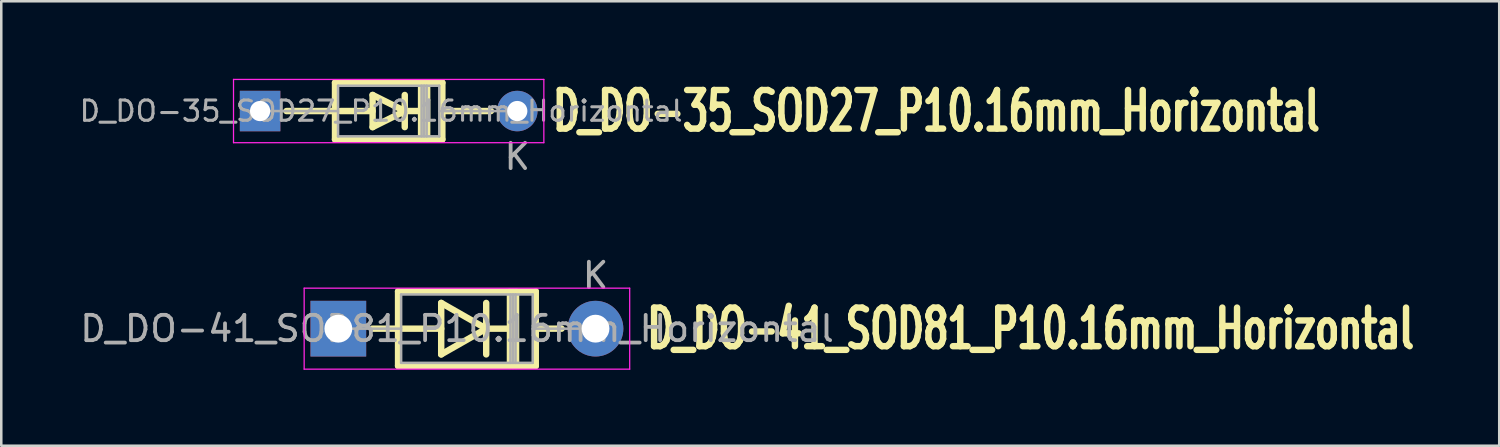
<source format=kicad_pcb>
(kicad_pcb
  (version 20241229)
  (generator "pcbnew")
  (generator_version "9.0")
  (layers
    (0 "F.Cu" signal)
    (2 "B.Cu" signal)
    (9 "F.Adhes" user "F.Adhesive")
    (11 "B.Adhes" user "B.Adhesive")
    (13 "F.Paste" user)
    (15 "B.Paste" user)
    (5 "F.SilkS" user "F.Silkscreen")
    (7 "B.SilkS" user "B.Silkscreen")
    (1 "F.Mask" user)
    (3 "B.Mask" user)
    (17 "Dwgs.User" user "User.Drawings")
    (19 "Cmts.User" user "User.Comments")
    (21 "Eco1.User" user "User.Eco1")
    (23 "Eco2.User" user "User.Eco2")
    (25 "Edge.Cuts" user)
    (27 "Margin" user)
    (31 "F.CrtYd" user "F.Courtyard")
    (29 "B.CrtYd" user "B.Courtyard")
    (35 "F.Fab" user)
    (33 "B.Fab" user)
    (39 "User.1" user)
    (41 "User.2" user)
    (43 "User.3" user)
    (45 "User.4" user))
  (footprint "D_DO-41_SOD81_P10.16mm_Horizontal"
    (layer "F.Cu")
    (at 10.316 9.934)
    (property "Reference" "D_DO-41_SOD81_P10.16mm_Horizontal" (at 12.065 0 0) (layer "F.SilkS") (effects (font (size 1.524 1.016) (thickness 0.254)) (justify left)))
    (attr through_hole)
    (fp_line (start 1.34 0) (end 2.36 0) (stroke (width 0.254) (type solid)) (layer "F.SilkS"))
    (fp_line (start 2.36 -1.47) (end 2.36 1.47) (stroke (width 0.254) (type solid)) (layer "F.SilkS"))
    (fp_line (start 2.36 1.47) (end 7.8 1.47) (stroke (width 0.254) (type solid)) (layer "F.SilkS"))
    (fp_line (start 4.064 -1.016) (end 4.064 1.016) (stroke (width 0.254) (type solid)) (layer "F.SilkS"))
    (fp_line (start 4.064 -1.016) (end 5.842 0) (stroke (width 0.254) (type solid)) (layer "F.SilkS"))
    (fp_line (start 4.064 0) (end 2.36 0) (stroke (width 0.254) (type solid)) (layer "F.SilkS"))
    (fp_line (start 5.842 -1.016) (end 5.842 1.016) (stroke (width 0.254) (type solid)) (layer "F.SilkS"))
    (fp_line (start 5.842 0) (end 4.064 1.016) (stroke (width 0.254) (type solid)) (layer "F.SilkS"))
    (fp_line (start 5.842 0) (end 6.78 0) (stroke (width 0.254) (type solid)) (layer "F.SilkS"))
    (fp_line (start 6.78 1.47) (end 6.78 -1.47) (stroke (width 0.254) (type solid)) (layer "F.SilkS"))
    (fp_line (start 6.9 1.47) (end 6.9 -1.47) (stroke (width 0.254) (type solid)) (layer "F.SilkS"))
    (fp_line (start 7.02 1.47) (end 7.02 -1.47) (stroke (width 0.254) (type solid)) (layer "F.SilkS"))
    (fp_line (start 7.8 -1.47) (end 2.36 -1.47) (stroke (width 0.254) (type solid)) (layer "F.SilkS"))
    (fp_line (start 7.8 1.47) (end 7.8 -1.47) (stroke (width 0.254) (type solid)) (layer "F.SilkS"))
    (fp_line (start 8.82 0) (end 7.8 0) (stroke (width 0.254) (type solid)) (layer "F.SilkS"))
    (fp_line (start -1.35 -1.6) (end -1.35 1.6) (stroke (width 0.05) (type solid)) (layer "F.CrtYd"))
    (fp_line (start -1.35 1.6) (end 11.51 1.6) (stroke (width 0.05) (type solid)) (layer "F.CrtYd"))
    (fp_line (start 11.51 -1.6) (end -1.35 -1.6) (stroke (width 0.05) (type solid)) (layer "F.CrtYd"))
    (fp_line (start 11.51 1.6) (end 11.51 -1.6) (stroke (width 0.05) (type solid)) (layer "F.CrtYd"))
    (fp_line (start 0 0) (end 2.48 0) (stroke (width 0.1) (type solid)) (layer "F.Fab"))
    (fp_line (start 2.48 -1.35) (end 2.48 1.35) (stroke (width 0.1) (type solid)) (layer "F.Fab"))
    (fp_line (start 2.48 1.35) (end 7.68 1.35) (stroke (width 0.1) (type solid)) (layer "F.Fab"))
    (fp_line (start 6.8 1.35) (end 6.8 -1.35) (stroke (width 0.1) (type solid)) (layer "F.Fab"))
    (fp_line (start 6.9 1.35) (end 6.9 -1.35) (stroke (width 0.1) (type solid)) (layer "F.Fab"))
    (fp_line (start 7 1.35) (end 7 -1.35) (stroke (width 0.1) (type solid)) (layer "F.Fab"))
    (fp_line (start 7.68 -1.35) (end 2.48 -1.35) (stroke (width 0.1) (type solid)) (layer "F.Fab"))
    (fp_line (start 7.68 1.35) (end 7.68 -1.35) (stroke (width 0.1) (type solid)) (layer "F.Fab"))
    (fp_line (start 10.16 0) (end 7.68 0) (stroke (width 0.1) (type solid)) (layer "F.Fab"))
    (fp_text user "${REFERENCE}" (at 4.69 0 180) (layer "F.Fab") (effects (font (size 1 1) (thickness 0.15))))
    (fp_text user "K" (at 10.16 -2.1 0) (layer "F.Fab") (effects (font (size 1 1) (thickness 0.15))))
    (pad "1" thru_hole rect (at 0 0 180) (size 2.2 2.2) (drill 1.1) (layers "*.Cu" "*.Mask"))
    (pad "2" thru_hole oval (at 10.16 0 180) (size 2.2 2.2) (drill 1.1) (layers "*.Cu" "*.Mask")))
  (footprint "D_DO-35_SOD27_P10.16mm_Horizontal"
    (layer "F.Cu")
    (at 7.225 1.337)
    (property "Reference" "D_DO-35_SOD27_P10.16mm_Horizontal" (at 11.43 0 0) (layer "F.SilkS") (effects (font (size 1.524 1.016) (thickness 0.254)) (justify left)))
    (attr through_hole)
    (fp_line (start 1.04 0) (end 2.96 0) (stroke (width 0.254) (type solid)) (layer "F.SilkS"))
    (fp_line (start 2.96 -1.12) (end 2.96 1.12) (stroke (width 0.254) (type solid)) (layer "F.SilkS"))
    (fp_line (start 2.96 1.12) (end 7.2 1.12) (stroke (width 0.254) (type solid)) (layer "F.SilkS"))
    (fp_line (start 4.445 -0.635) (end 5.715 0) (stroke (width 0.254) (type solid)) (layer "F.SilkS"))
    (fp_line (start 4.445 0) (end 3.175 0) (stroke (width 0.254) (type solid)) (layer "F.SilkS"))
    (fp_line (start 4.445 0.635) (end 4.445 -0.635) (stroke (width 0.254) (type solid)) (layer "F.SilkS"))
    (fp_line (start 5.715 0) (end 4.445 0.635) (stroke (width 0.254) (type solid)) (layer "F.SilkS"))
    (fp_line (start 5.715 0) (end 6.36 0) (stroke (width 0.254) (type solid)) (layer "F.SilkS"))
    (fp_line (start 5.715 0.635) (end 5.715 -0.635) (stroke (width 0.254) (type solid)) (layer "F.SilkS"))
    (fp_line (start 6.36 1.12) (end 6.36 -1.12) (stroke (width 0.254) (type solid)) (layer "F.SilkS"))
    (fp_line (start 6.48 1.12) (end 6.48 -1.12) (stroke (width 0.254) (type solid)) (layer "F.SilkS"))
    (fp_line (start 6.6 1.12) (end 6.6 -1.12) (stroke (width 0.254) (type solid)) (layer "F.SilkS"))
    (fp_line (start 7.2 -1.12) (end 2.96 -1.12) (stroke (width 0.254) (type solid)) (layer "F.SilkS"))
    (fp_line (start 7.2 1.12) (end 7.2 -1.12) (stroke (width 0.254) (type solid)) (layer "F.SilkS"))
    (fp_line (start 9.12 0) (end 7.2 0) (stroke (width 0.254) (type solid)) (layer "F.SilkS"))
    (fp_line (start -1.05 -1.25) (end -1.05 1.25) (stroke (width 0.05) (type solid)) (layer "F.CrtYd"))
    (fp_line (start -1.05 1.25) (end 11.21 1.25) (stroke (width 0.05) (type solid)) (layer "F.CrtYd"))
    (fp_line (start 11.21 -1.25) (end -1.05 -1.25) (stroke (width 0.05) (type solid)) (layer "F.CrtYd"))
    (fp_line (start 11.21 1.25) (end 11.21 -1.25) (stroke (width 0.05) (type solid)) (layer "F.CrtYd"))
    (fp_line (start 0 0) (end 3.08 0) (stroke (width 0.1) (type solid)) (layer "F.Fab"))
    (fp_line (start 3.08 -1) (end 3.08 1) (stroke (width 0.1) (type solid)) (layer "F.Fab"))
    (fp_line (start 3.08 1) (end 7.08 1) (stroke (width 0.1) (type solid)) (layer "F.Fab"))
    (fp_line (start 6.38 1) (end 6.38 -1) (stroke (width 0.1) (type solid)) (layer "F.Fab"))
    (fp_line (start 6.48 1) (end 6.48 -1) (stroke (width 0.1) (type solid)) (layer "F.Fab"))
    (fp_line (start 6.58 1) (end 6.58 -1) (stroke (width 0.1) (type solid)) (layer "F.Fab"))
    (fp_line (start 7.08 -1) (end 3.08 -1) (stroke (width 0.1) (type solid)) (layer "F.Fab"))
    (fp_line (start 7.08 1) (end 7.08 -1) (stroke (width 0.1) (type solid)) (layer "F.Fab"))
    (fp_line (start 10.16 0) (end 7.08 0) (stroke (width 0.1) (type solid)) (layer "F.Fab"))
    (fp_text user "${REFERENCE}" (at 4.78 0 180) (layer "F.Fab") (effects (font (size 0.8 0.8) (thickness 0.12))))
    (fp_text user "K" (at 10.16 1.8 180) (layer "F.Fab") (effects (font (size 1 1) (thickness 0.15))))
    (pad "1" thru_hole rect (at 0 0 180) (size 1.6 1.6) (drill 0.8) (layers "*.Cu" "*.Mask"))
    (pad "2" thru_hole oval (at 10.16 0 180) (size 1.6 1.6) (drill 0.8) (layers "*.Cu" "*.Mask")))
  (gr_rect
    (start -3 -3)
    (end 56.178 14.559)
    (stroke (width 0.1) (type default))
    (fill no)
    (layer "Edge.Cuts")))
</source>
